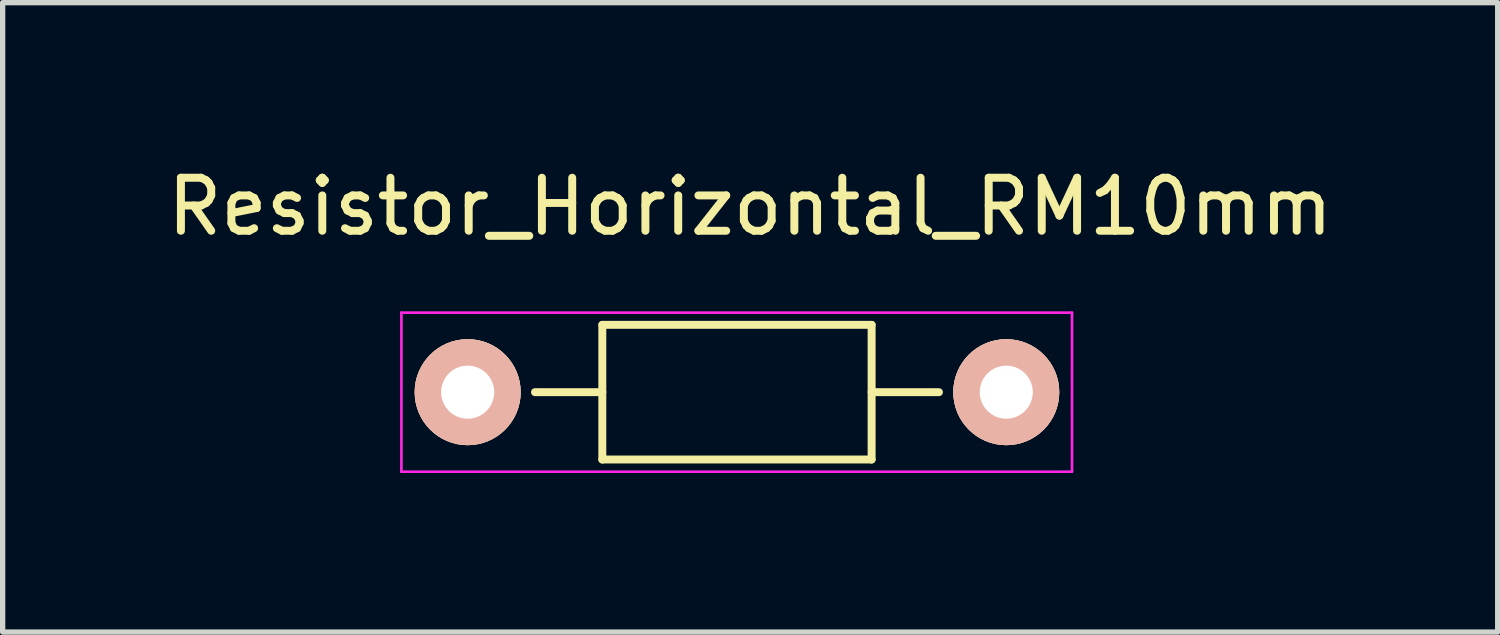
<source format=kicad_pcb>
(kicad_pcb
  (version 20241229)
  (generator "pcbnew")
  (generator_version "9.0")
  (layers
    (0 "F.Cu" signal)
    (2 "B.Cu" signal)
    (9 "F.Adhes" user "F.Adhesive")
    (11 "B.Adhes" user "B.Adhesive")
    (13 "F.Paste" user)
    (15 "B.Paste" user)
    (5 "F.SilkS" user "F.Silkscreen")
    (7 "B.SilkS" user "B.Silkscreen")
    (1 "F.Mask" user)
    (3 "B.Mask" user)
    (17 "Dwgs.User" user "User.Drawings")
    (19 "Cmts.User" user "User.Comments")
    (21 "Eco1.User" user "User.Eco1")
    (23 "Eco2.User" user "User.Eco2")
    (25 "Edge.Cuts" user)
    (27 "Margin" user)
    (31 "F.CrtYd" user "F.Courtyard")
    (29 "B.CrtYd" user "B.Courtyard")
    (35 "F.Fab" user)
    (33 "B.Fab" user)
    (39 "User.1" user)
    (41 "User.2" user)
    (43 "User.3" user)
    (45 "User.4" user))
  (footprint "Resistor_Horizontal_RM10mm"
    (layer "F.Cu")
    (at 5.772 4.348)
    (property "Reference" "Resistor_Horizontal_RM10mm" (at 5.329 -3.5 0) (layer "F.SilkS") (effects (font (size 1 1) (thickness 0.15))))
    (attr through_hole)
    (fp_line (start 2.54 -1.27) (end 7.62 -1.27) (stroke (width 0.15) (type solid)) (layer "F.SilkS"))
    (fp_line (start 2.54 0) (end 1.27 0) (stroke (width 0.15) (type solid)) (layer "F.SilkS"))
    (fp_line (start 2.54 1.27) (end 2.54 -1.27) (stroke (width 0.15) (type solid)) (layer "F.SilkS"))
    (fp_line (start 7.62 -1.27) (end 7.62 1.27) (stroke (width 0.15) (type solid)) (layer "F.SilkS"))
    (fp_line (start 7.62 0) (end 8.89 0) (stroke (width 0.15) (type solid)) (layer "F.SilkS"))
    (fp_line (start 7.62 1.27) (end 2.54 1.27) (stroke (width 0.15) (type solid)) (layer "F.SilkS"))
    (fp_line (start -1.25 -1.5) (end 11.4 -1.5) (stroke (width 0.05) (type solid)) (layer "F.CrtYd"))
    (fp_line (start -1.25 1.5) (end -1.25 -1.5) (stroke (width 0.05) (type solid)) (layer "F.CrtYd"))
    (fp_line (start -1.25 1.5) (end 11.4 1.5) (stroke (width 0.05) (type solid)) (layer "F.CrtYd"))
    (fp_line (start 11.4 -1.5) (end 11.4 1.5) (stroke (width 0.05) (type solid)) (layer "F.CrtYd"))
    (pad "1" thru_hole circle (at 0 0) (size 1.999 1.999) (drill 1.001) (layers "*.Cu" "*.SilkS" "*.Mask"))
    (pad "2" thru_hole circle (at 10.16 0) (size 1.999 1.999) (drill 1.001) (layers "*.Cu" "*.SilkS" "*.Mask")))
  (gr_rect
    (start -3 -3)
    (end 25.202 8.873)
    (stroke (width 0.1) (type default))
    (fill no)
    (layer "Edge.Cuts")))
</source>
